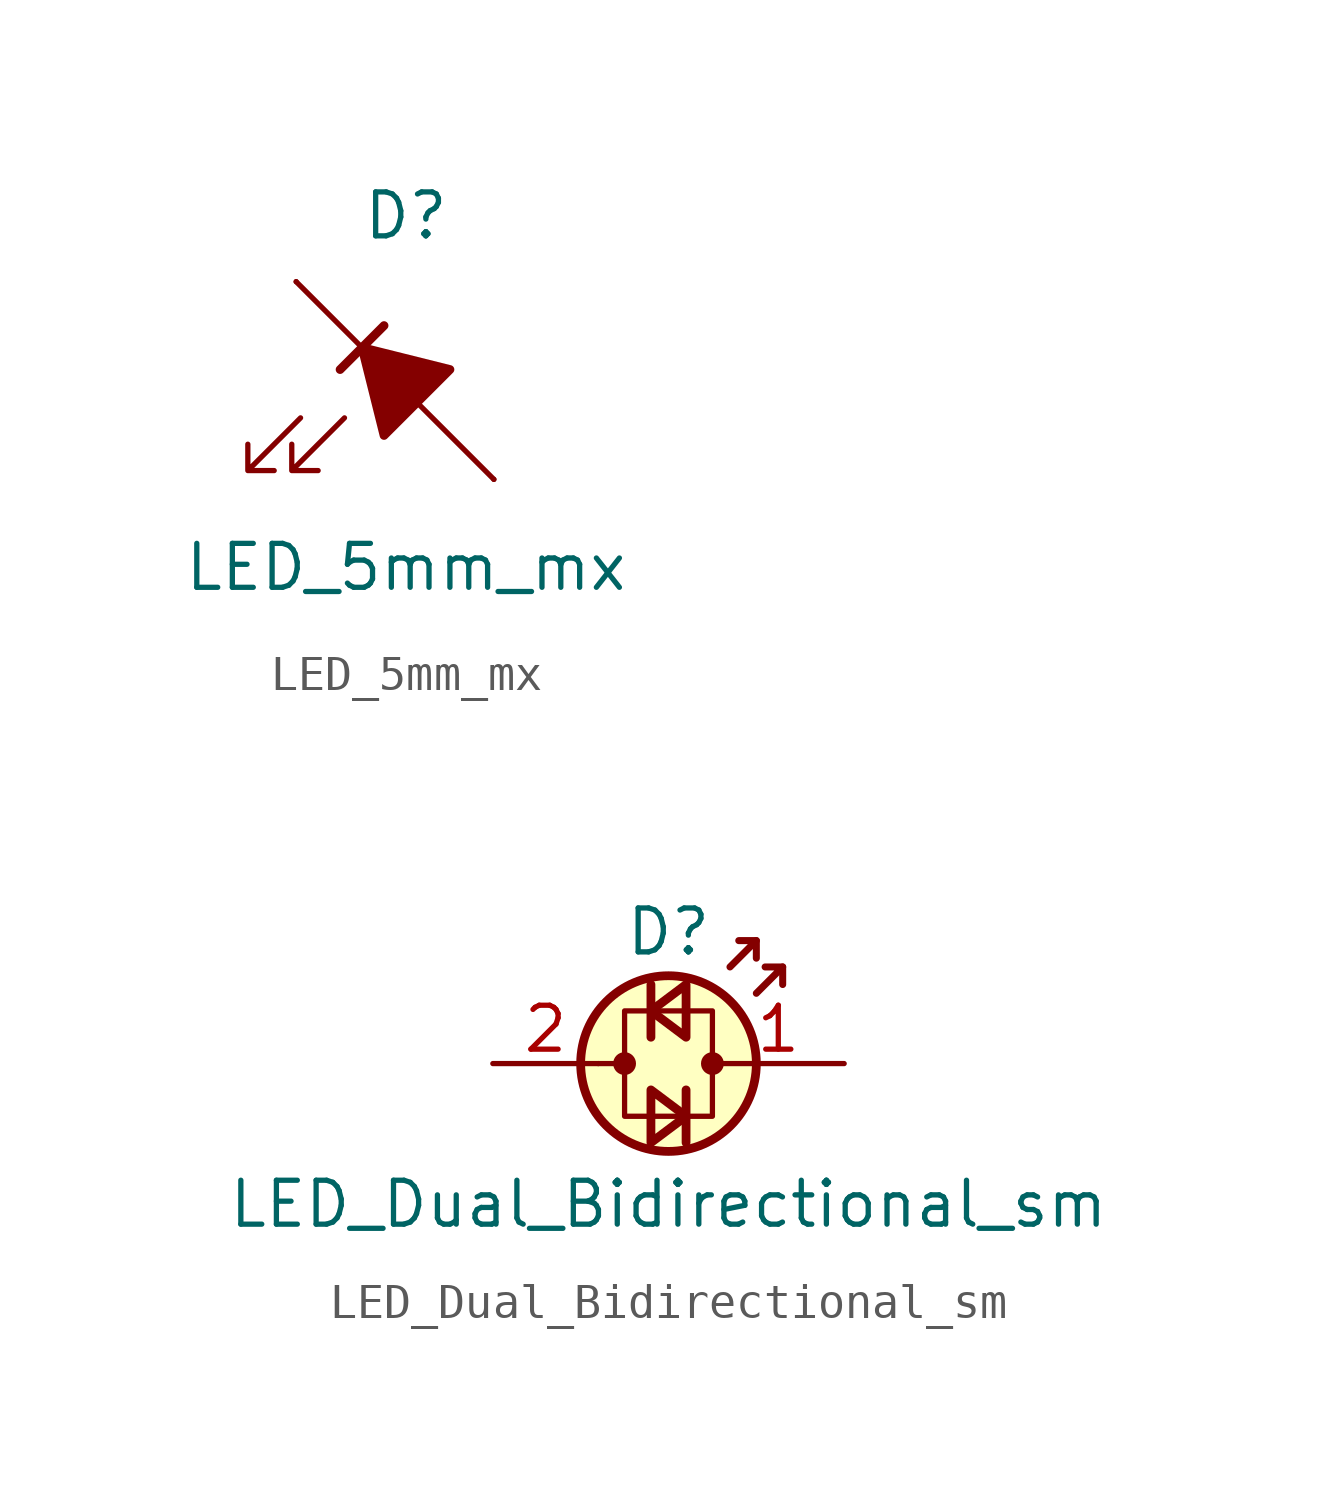
<source format=kicad_sym>
(kicad_symbol_lib
  (version 20211014)
  (generator kicad_symbol_editor)
  (symbol "LED_5mm_mx"
    (pin_numbers hide)
    (pin_names
      (offset 1.016) hide)
    (property "Reference" "D"
      (at 0 5.08 0)
      (effects (font (size 1.27 1.27))))
    (property "Value" "LED_5mm_mx"
      (at 0 -5.08 0)
      (effects (font (size 1.27 1.27))))
    (symbol "LED_5mm_mx_0_1"
      (polyline (pts (xy -3.175 3.175) (xy 0 0)) (stroke (width 0) (type default) (color 0 0 0 0)) (fill (type none)))
      (polyline (pts (xy -1.905 0.635) (xy -0.635 1.905)) (stroke (width 0.254) (type default) (color 0 0 0 0)) (fill (type none)))
      (polyline (pts (xy 2.54 -2.54) (xy 0 0)) (stroke (width 0) (type default) (color 0 0 0 0)) (fill (type none)))
      (polyline (pts (xy -0.635 -1.27) (xy 1.27 0.635) (xy -1.27 1.27) (xy -0.635 -1.27)) (stroke (width 0.254) (type default) (color 0 0 0 0)) (fill (type outline)))
      (polyline (pts (xy -3.048 -0.762) (xy -4.572 -2.286) (xy -3.81 -2.286) (xy -4.572 -2.286) (xy -4.572 -1.524)) (stroke (width 0) (type default) (color 0 0 0 0)) (fill (type none)))
      (polyline (pts (xy -1.778 -0.762) (xy -3.302 -2.286) (xy -2.54 -2.286) (xy -3.302 -2.286) (xy -3.302 -1.524)) (stroke (width 0) (type default) (color 0 0 0 0)) (fill (type none))))
    (symbol "LED_5mm_mx_1_1"
      (pin passive line (at -3.175 3.175 0) (length 0) (name "K" (effects (font (size 1.27 1.27)))) (number "1" (effects (font (size 1.27 1.27)))))
      (pin passive line (at 2.54 -2.54 180) (length 0) (name "A" (effects (font (size 1.27 1.27)))) (number "2" (effects (font (size 1.27 1.27)))))))
  (symbol "LED_Dual_Bidirectional_sm"
    (pin_names
      (offset 0) hide)
    (property "Reference" "D"
      (at 0 3.81 0)
      (effects (font (size 1.27 1.27))))
    (property "Value" "LED_Dual_Bidirectional_sm"
      (at 0 -4.064 0)
      (effects (font (size 1.27 1.27))))
    (symbol "LED_Dual_Bidirectional_sm_0_1"
      (circle (center -1.27 0) (radius 0.254) (stroke (width 0) (type default) (color 0 0 0 0)) (fill (type outline)))
      (polyline (pts (xy -2.032 0) (xy -1.27 0)) (stroke (width 0) (type default) (color 0 0 0 0)) (fill (type none)))
      (polyline (pts (xy -0.508 0.762) (xy -0.508 2.286)) (stroke (width 0.254) (type default) (color 0 0 0 0)) (fill (type none)))
      (polyline (pts (xy 0.508 -0.762) (xy 0.508 -2.286)) (stroke (width 0.254) (type default) (color 0 0 0 0)) (fill (type none)))
      (polyline (pts (xy 2.54 3.556) (xy 2.54 3.048)) (stroke (width 0.203) (type default) (color 0 0 0 0)) (fill (type none)))
      (polyline (pts (xy 3.302 2.794) (xy 3.302 2.286)) (stroke (width 0.203) (type default) (color 0 0 0 0)) (fill (type none)))
      (polyline (pts (xy 1.778 2.794) (xy 2.54 3.556) (xy 2.032 3.556)) (stroke (width 0.203) (type default) (color 0 0 0 0)) (fill (type none)))
      (polyline (pts (xy 2.54 2.032) (xy 3.302 2.794) (xy 2.794 2.794)) (stroke (width 0.203) (type default) (color 0 0 0 0)) (fill (type none)))
      (polyline (pts (xy -0.508 -0.762) (xy -0.508 -2.286) (xy 0.508 -1.524) (xy -0.508 -0.762)) (stroke (width 0.254) (type default) (color 0 0 0 0)) (fill (type none)))
      (polyline (pts (xy 0.508 0.762) (xy 0.508 2.286) (xy -0.508 1.524) (xy 0.508 0.762)) (stroke (width 0.254) (type default) (color 0 0 0 0)) (fill (type none)))
      (polyline (pts (xy 1.27 1.524) (xy -1.27 1.524) (xy -1.27 -1.524) (xy 1.27 -1.524) (xy 1.27 1.524)) (stroke (width 0) (type default) (color 0 0 0 0)) (fill (type none)))
      (circle (center 0 0) (radius 2.54) (stroke (width 0.254) (type default) (color 0 0 0 0)) (fill (type background)))
      (circle (center 1.27 0) (radius 0.254) (stroke (width 0) (type default) (color 0 0 0 0)) (fill (type outline))))
    (symbol "LED_Dual_Bidirectional_sm_1_1"
      (pin input line (at 5.08 0 180) (length 3.81) (name "KA" (effects (font (size 1.27 1.27)))) (number "1" (effects (font (size 1.27 1.27)))))
      (pin input line (at -5.08 0 0) (length 3.048) (name "AK" (effects (font (size 1.27 1.27)))) (number "2" (effects (font (size 1.27 1.27))))))))
</source>
